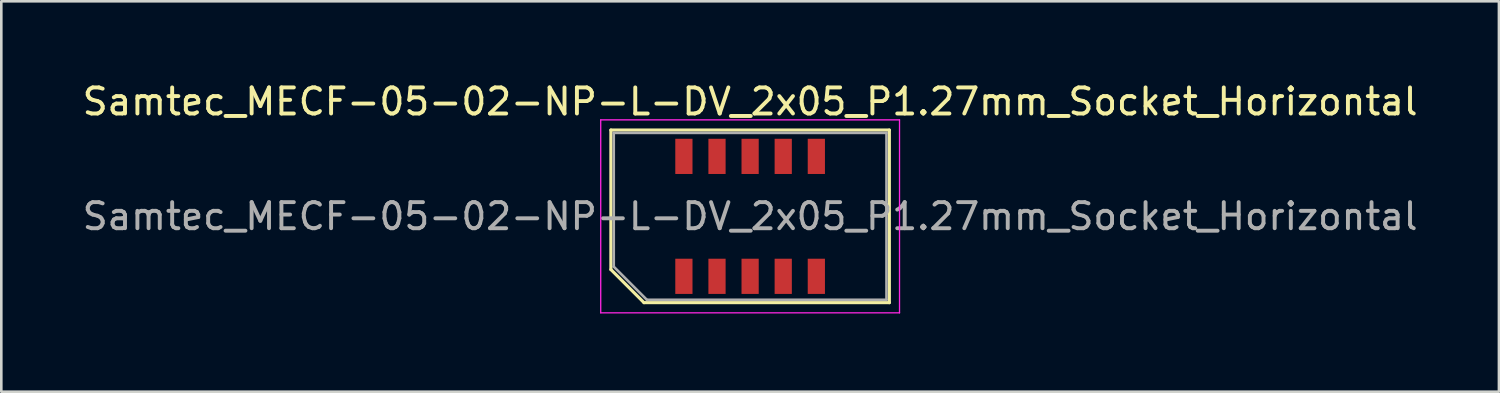
<source format=kicad_pcb>
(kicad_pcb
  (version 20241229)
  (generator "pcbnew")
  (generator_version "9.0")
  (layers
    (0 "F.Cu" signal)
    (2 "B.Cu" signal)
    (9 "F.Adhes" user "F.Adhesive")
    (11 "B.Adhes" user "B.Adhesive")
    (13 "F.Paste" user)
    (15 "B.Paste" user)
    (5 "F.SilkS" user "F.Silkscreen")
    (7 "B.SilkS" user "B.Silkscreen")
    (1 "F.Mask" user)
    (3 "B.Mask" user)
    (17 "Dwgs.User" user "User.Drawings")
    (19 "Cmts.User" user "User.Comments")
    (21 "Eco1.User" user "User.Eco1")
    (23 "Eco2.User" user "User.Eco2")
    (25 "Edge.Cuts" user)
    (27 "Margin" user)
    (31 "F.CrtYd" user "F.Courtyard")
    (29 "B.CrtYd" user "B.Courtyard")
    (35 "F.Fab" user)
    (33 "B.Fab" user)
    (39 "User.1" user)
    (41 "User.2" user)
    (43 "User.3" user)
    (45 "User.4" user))
  (footprint "Samtec_MECF-05-02-NP-L-DV_2x05_P1.27mm_Socket_Horizontal"
    (layer "F.Cu")
    (at 25.72 5.248)
    (property "Reference" "Samtec_MECF-05-02-NP-L-DV_2x05_P1.27mm_Socket_Horizontal" (at 0 -4.4 0) (layer "F.SilkS") (effects (font (size 1 1) (thickness 0.15))))
    (attr smd)
    (fp_line (start -5.34 -3.31) (end 5.34 -3.31) (stroke (width 0.12) (type solid)) (layer "F.SilkS"))
    (fp_line (start -5.34 2.04) (end -5.34 -3.31) (stroke (width 0.12) (type solid)) (layer "F.SilkS"))
    (fp_line (start -4.07 3.31) (end -5.34 2.04) (stroke (width 0.12) (type solid)) (layer "F.SilkS"))
    (fp_line (start -4.07 3.31) (end 5.34 3.31) (stroke (width 0.12) (type solid)) (layer "F.SilkS"))
    (fp_line (start 5.34 3.31) (end 5.34 -3.31) (stroke (width 0.12) (type solid)) (layer "F.SilkS"))
    (fp_line (start -5.73 -3.7) (end -5.73 3.7) (stroke (width 0.05) (type solid)) (layer "F.CrtYd"))
    (fp_line (start -5.73 3.7) (end 5.73 3.7) (stroke (width 0.05) (type solid)) (layer "F.CrtYd"))
    (fp_line (start 5.73 -3.7) (end -5.73 -3.7) (stroke (width 0.05) (type solid)) (layer "F.CrtYd"))
    (fp_line (start 5.73 3.7) (end 5.73 -3.7) (stroke (width 0.05) (type solid)) (layer "F.CrtYd"))
    (fp_line (start -5.23 -3.2) (end 5.23 -3.2) (stroke (width 0.1) (type solid)) (layer "F.Fab"))
    (fp_line (start -5.23 1.93) (end -5.23 -3.2) (stroke (width 0.1) (type solid)) (layer "F.Fab"))
    (fp_line (start -5.23 1.93) (end -3.96 3.2) (stroke (width 0.1) (type solid)) (layer "F.Fab"))
    (fp_line (start -3.96 3.2) (end 5.23 3.2) (stroke (width 0.1) (type solid)) (layer "F.Fab"))
    (fp_line (start 5.23 3.2) (end 5.23 -3.2) (stroke (width 0.1) (type solid)) (layer "F.Fab"))
    (fp_text user "${REFERENCE}" (at 0 0 0) (layer "F.Fab") (effects (font (size 1 1) (thickness 0.15))))
    (pad "1" smd rect (at -2.54 2.3) (size 0.66 1.35) (layers "F.Cu" "F.Mask" "F.Paste"))
    (pad "2" smd rect (at -2.54 -2.3) (size 0.66 1.35) (layers "F.Cu" "F.Mask" "F.Paste"))
    (pad "3" smd rect (at -1.27 2.3) (size 0.66 1.35) (layers "F.Cu" "F.Mask" "F.Paste"))
    (pad "4" smd rect (at -1.27 -2.3) (size 0.66 1.35) (layers "F.Cu" "F.Mask" "F.Paste"))
    (pad "5" smd rect (at 0 2.3) (size 0.66 1.35) (layers "F.Cu" "F.Mask" "F.Paste"))
    (pad "6" smd rect (at 0 -2.3) (size 0.66 1.35) (layers "F.Cu" "F.Mask" "F.Paste"))
    (pad "7" smd rect (at 1.27 2.3) (size 0.66 1.35) (layers "F.Cu" "F.Mask" "F.Paste"))
    (pad "8" smd rect (at 1.27 -2.3) (size 0.66 1.35) (layers "F.Cu" "F.Mask" "F.Paste"))
    (pad "9" smd rect (at 2.54 2.3) (size 0.66 1.35) (layers "F.Cu" "F.Mask" "F.Paste"))
    (pad "10" smd rect (at 2.54 -2.3) (size 0.66 1.35) (layers "F.Cu" "F.Mask" "F.Paste")))
  (gr_rect
    (start -3 -3)
    (end 54.44 11.973)
    (stroke (width 0.1) (type default))
    (fill no)
    (layer "Edge.Cuts")))
</source>
